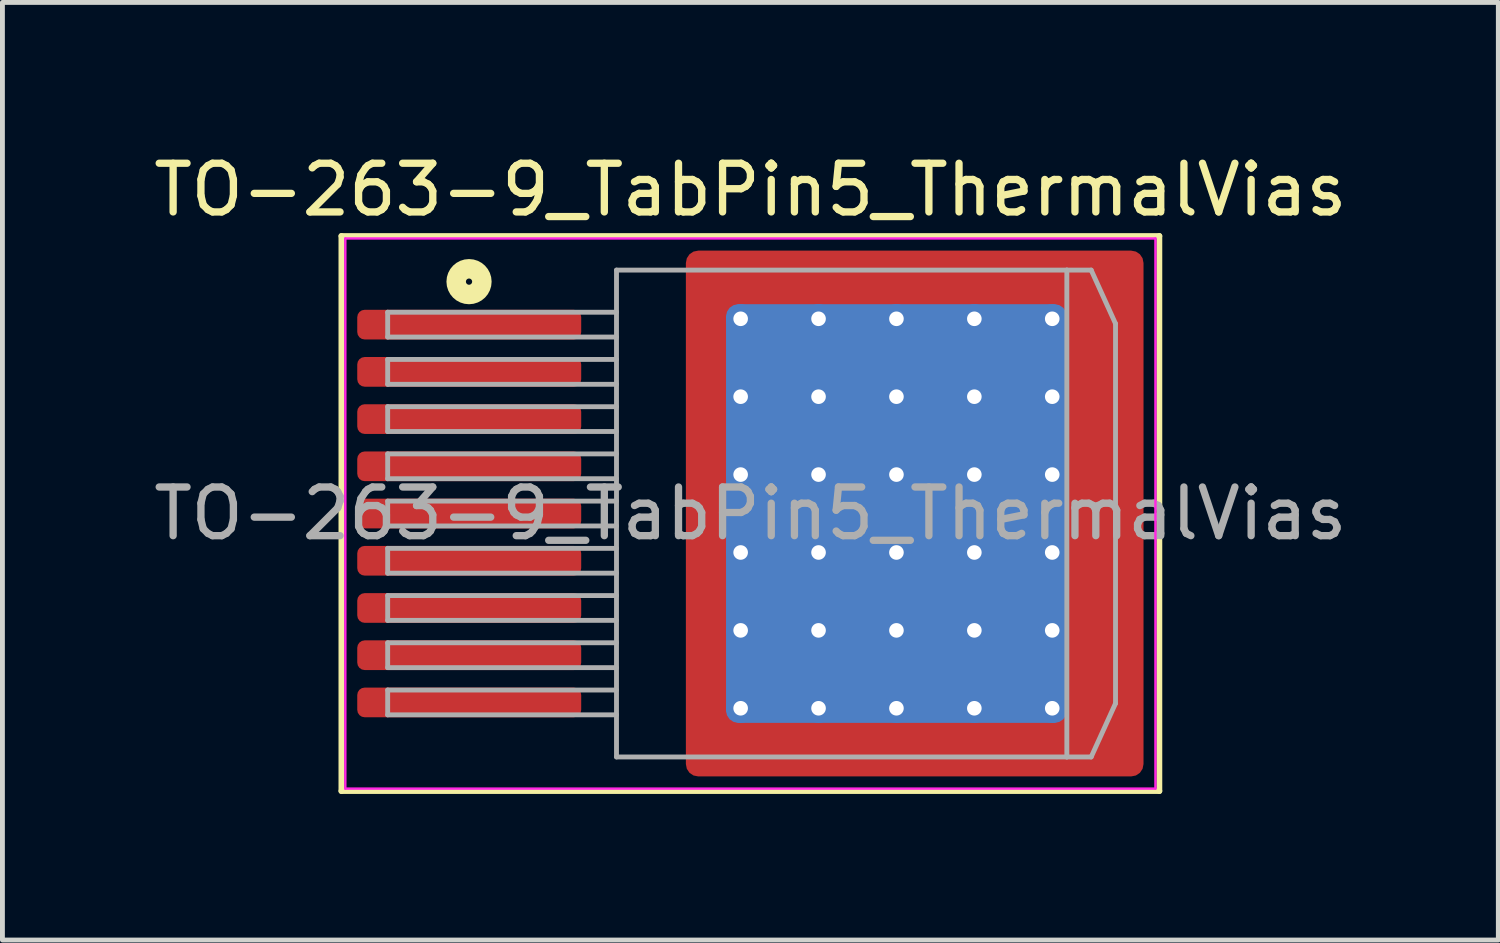
<source format=kicad_pcb>
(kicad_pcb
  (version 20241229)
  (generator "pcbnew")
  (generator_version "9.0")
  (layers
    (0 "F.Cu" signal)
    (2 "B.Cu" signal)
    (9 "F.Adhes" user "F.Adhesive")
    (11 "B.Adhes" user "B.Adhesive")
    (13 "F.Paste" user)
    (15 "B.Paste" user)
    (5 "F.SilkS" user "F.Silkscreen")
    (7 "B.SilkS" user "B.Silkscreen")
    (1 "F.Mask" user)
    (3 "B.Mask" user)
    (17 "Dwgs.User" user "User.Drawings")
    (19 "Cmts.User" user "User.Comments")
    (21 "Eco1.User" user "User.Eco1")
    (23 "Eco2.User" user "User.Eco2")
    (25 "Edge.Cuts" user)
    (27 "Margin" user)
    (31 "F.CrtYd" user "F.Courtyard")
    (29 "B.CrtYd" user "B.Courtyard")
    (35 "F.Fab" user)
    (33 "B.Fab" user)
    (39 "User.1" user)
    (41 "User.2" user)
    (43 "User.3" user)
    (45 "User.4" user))
  (footprint "TO-263-9_TabPin5_ThermalVias"
    (layer "F.Cu")
    (at 12.363 7.498)
    (property "Reference" "TO-263-9_TabPin5_ThermalVias" (at 0 -6.65 0) (layer "F.SilkS") (effects (font (size 1 1) (thickness 0.15))))
    (attr smd)
    (fp_line (start -8.4 -5.7) (end -8.4 5.7) (stroke (width 0.12) (type solid)) (layer "F.SilkS"))
    (fp_line (start -8.4 5.7) (end 8.4 5.7) (stroke (width 0.12) (type solid)) (layer "F.SilkS"))
    (fp_line (start 8.4 -5.7) (end -8.4 -5.7) (stroke (width 0.12) (type solid)) (layer "F.SilkS"))
    (fp_line (start 8.4 5.7) (end 8.4 -5.7) (stroke (width 0.12) (type solid)) (layer "F.SilkS"))
    (fp_circle (center -5.779 -4.763) (end -5.715 -4.763) (stroke (width 0.4) (type solid)) (fill no) (layer "F.SilkS"))
    (fp_line (start -8.32 -5.65) (end -8.32 5.65) (stroke (width 0.05) (type solid)) (layer "F.CrtYd"))
    (fp_line (start -8.32 5.65) (end 8.32 5.65) (stroke (width 0.05) (type solid)) (layer "F.CrtYd"))
    (fp_line (start 8.32 -5.65) (end -8.32 -5.65) (stroke (width 0.05) (type solid)) (layer "F.CrtYd"))
    (fp_line (start 8.32 5.65) (end 8.32 -5.65) (stroke (width 0.05) (type solid)) (layer "F.CrtYd"))
    (fp_line (start -7.45 -4.135) (end -7.45 -3.625) (stroke (width 0.1) (type solid)) (layer "F.Fab"))
    (fp_line (start -7.45 -3.625) (end -2.75 -3.625) (stroke (width 0.1) (type solid)) (layer "F.Fab"))
    (fp_line (start -7.45 -3.165) (end -7.45 -2.655) (stroke (width 0.1) (type solid)) (layer "F.Fab"))
    (fp_line (start -7.45 -2.655) (end -2.75 -2.655) (stroke (width 0.1) (type solid)) (layer "F.Fab"))
    (fp_line (start -7.45 -2.195) (end -7.45 -1.685) (stroke (width 0.1) (type solid)) (layer "F.Fab"))
    (fp_line (start -7.45 -1.685) (end -2.75 -1.685) (stroke (width 0.1) (type solid)) (layer "F.Fab"))
    (fp_line (start -7.45 -1.225) (end -7.45 -0.715) (stroke (width 0.1) (type solid)) (layer "F.Fab"))
    (fp_line (start -7.45 -0.715) (end -2.75 -0.715) (stroke (width 0.1) (type solid)) (layer "F.Fab"))
    (fp_line (start -7.45 -0.255) (end -7.45 0.255) (stroke (width 0.1) (type solid)) (layer "F.Fab"))
    (fp_line (start -7.45 0.255) (end -2.75 0.255) (stroke (width 0.1) (type solid)) (layer "F.Fab"))
    (fp_line (start -7.45 0.715) (end -7.45 1.225) (stroke (width 0.1) (type solid)) (layer "F.Fab"))
    (fp_line (start -7.45 1.225) (end -2.75 1.225) (stroke (width 0.1) (type solid)) (layer "F.Fab"))
    (fp_line (start -7.45 1.685) (end -7.45 2.195) (stroke (width 0.1) (type solid)) (layer "F.Fab"))
    (fp_line (start -7.45 2.195) (end -2.75 2.195) (stroke (width 0.1) (type solid)) (layer "F.Fab"))
    (fp_line (start -7.45 2.655) (end -7.45 3.165) (stroke (width 0.1) (type solid)) (layer "F.Fab"))
    (fp_line (start -7.45 3.165) (end -2.75 3.165) (stroke (width 0.1) (type solid)) (layer "F.Fab"))
    (fp_line (start -7.45 3.625) (end -7.45 4.135) (stroke (width 0.1) (type solid)) (layer "F.Fab"))
    (fp_line (start -7.45 4.135) (end -2.75 4.135) (stroke (width 0.1) (type solid)) (layer "F.Fab"))
    (fp_line (start -2.75 -5) (end 6.5 -5) (stroke (width 0.1) (type solid)) (layer "F.Fab"))
    (fp_line (start -2.75 -4.135) (end -7.45 -4.135) (stroke (width 0.1) (type solid)) (layer "F.Fab"))
    (fp_line (start -2.75 -3.165) (end -7.45 -3.165) (stroke (width 0.1) (type solid)) (layer "F.Fab"))
    (fp_line (start -2.75 -2.195) (end -7.45 -2.195) (stroke (width 0.1) (type solid)) (layer "F.Fab"))
    (fp_line (start -2.75 -1.225) (end -7.45 -1.225) (stroke (width 0.1) (type solid)) (layer "F.Fab"))
    (fp_line (start -2.75 -0.255) (end -7.45 -0.255) (stroke (width 0.1) (type solid)) (layer "F.Fab"))
    (fp_line (start -2.75 0.715) (end -7.45 0.715) (stroke (width 0.1) (type solid)) (layer "F.Fab"))
    (fp_line (start -2.75 1.685) (end -7.45 1.685) (stroke (width 0.1) (type solid)) (layer "F.Fab"))
    (fp_line (start -2.75 2.655) (end -7.45 2.655) (stroke (width 0.1) (type solid)) (layer "F.Fab"))
    (fp_line (start -2.75 3.625) (end -7.45 3.625) (stroke (width 0.1) (type solid)) (layer "F.Fab"))
    (fp_line (start -2.75 5) (end -2.75 -5) (stroke (width 0.1) (type solid)) (layer "F.Fab"))
    (fp_line (start 6.5 -5) (end 6.5 5) (stroke (width 0.1) (type solid)) (layer "F.Fab"))
    (fp_line (start 6.5 -5) (end 7 -5) (stroke (width 0.1) (type solid)) (layer "F.Fab"))
    (fp_line (start 6.5 5) (end -2.75 5) (stroke (width 0.1) (type solid)) (layer "F.Fab"))
    (fp_line (start 6.5 5) (end 7 5) (stroke (width 0.1) (type solid)) (layer "F.Fab"))
    (fp_line (start 7 -5) (end 7.5 -3.9) (stroke (width 0.1) (type solid)) (layer "F.Fab"))
    (fp_line (start 7 5) (end 7.5 3.9) (stroke (width 0.1) (type solid)) (layer "F.Fab"))
    (fp_line (start 7.5 -3.9) (end 7.5 3.9) (stroke (width 0.1) (type solid)) (layer "F.Fab"))
    (fp_text user "${REFERENCE}" (at 0 0 0) (layer "F.Fab") (effects (font (size 1 1) (thickness 0.15))))
    (pad "" smd roundrect (at -0.75 -4.65 90) (size 1.1 0.9) (layers "F.Paste") (roundrect_rratio 0.25))
    (pad "" smd roundrect (at -0.75 -3.2 90) (size 1.4 0.9) (layers "F.Paste") (roundrect_rratio 0.25))
    (pad "" smd roundrect (at -0.75 -1.6 90) (size 1.4 0.9) (layers "F.Paste") (roundrect_rratio 0.25))
    (pad "" smd roundrect (at -0.75 0 90) (size 1.4 0.9) (layers "F.Paste") (roundrect_rratio 0.25))
    (pad "" smd roundrect (at -0.75 1.6 90) (size 1.4 0.9) (layers "F.Paste") (roundrect_rratio 0.25))
    (pad "" smd roundrect (at -0.75 3.2 90) (size 1.4 0.9) (layers "F.Paste") (roundrect_rratio 0.25))
    (pad "" smd roundrect (at -0.75 4.65 90) (size 1.1 0.9) (layers "F.Paste") (roundrect_rratio 0.25))
    (pad "" smd roundrect (at 0.6 -4.65) (size 1.4 1.1) (layers "F.Paste") (roundrect_rratio 0.227))
    (pad "" smd roundrect (at 0.6 -3.2) (size 1.4 1.4) (layers "F.Paste") (roundrect_rratio 0.179))
    (pad "" smd roundrect (at 0.6 -1.6) (size 1.4 1.4) (layers "F.Paste") (roundrect_rratio 0.179))
    (pad "" smd roundrect (at 0.6 0) (size 1.4 1.4) (layers "F.Paste") (roundrect_rratio 0.179))
    (pad "" smd roundrect (at 0.6 1.6) (size 1.4 1.4) (layers "F.Paste") (roundrect_rratio 0.179))
    (pad "" smd roundrect (at 0.6 3.2) (size 1.4 1.4) (layers "F.Paste") (roundrect_rratio 0.179))
    (pad "" smd roundrect (at 0.6 4.65) (size 1.4 1.1) (layers "F.Paste") (roundrect_rratio 0.227))
    (pad "" smd roundrect (at 2.2 -4.65) (size 1.4 1.1) (layers "F.Paste") (roundrect_rratio 0.227))
    (pad "" smd roundrect (at 2.2 -3.2) (size 1.4 1.4) (layers "F.Paste") (roundrect_rratio 0.179))
    (pad "" smd roundrect (at 2.2 -1.6) (size 1.4 1.4) (layers "F.Paste") (roundrect_rratio 0.179))
    (pad "" smd roundrect (at 2.2 0) (size 1.4 1.4) (layers "F.Paste") (roundrect_rratio 0.179))
    (pad "" smd roundrect (at 2.2 1.6) (size 1.4 1.4) (layers "F.Paste") (roundrect_rratio 0.179))
    (pad "" smd roundrect (at 2.2 3.2) (size 1.4 1.4) (layers "F.Paste") (roundrect_rratio 0.179))
    (pad "" smd roundrect (at 2.2 4.65) (size 1.4 1.1) (layers "F.Paste") (roundrect_rratio 0.227))
    (pad "" smd roundrect (at 3.8 -4.65) (size 1.4 1.1) (layers "F.Paste") (roundrect_rratio 0.227))
    (pad "" smd roundrect (at 3.8 -3.2) (size 1.4 1.4) (layers "F.Paste") (roundrect_rratio 0.179))
    (pad "" smd roundrect (at 3.8 -1.6) (size 1.4 1.4) (layers "F.Paste") (roundrect_rratio 0.179))
    (pad "" smd roundrect (at 3.8 0) (size 1.4 1.4) (layers "F.Paste") (roundrect_rratio 0.179))
    (pad "" smd roundrect (at 3.8 1.6) (size 1.4 1.4) (layers "F.Paste") (roundrect_rratio 0.179))
    (pad "" smd roundrect (at 3.8 3.2) (size 1.4 1.4) (layers "F.Paste") (roundrect_rratio 0.179))
    (pad "" smd roundrect (at 3.8 4.65) (size 1.4 1.1) (layers "F.Paste") (roundrect_rratio 0.227))
    (pad "" smd roundrect (at 5.45 -4.65) (size 1.4 1.1) (layers "F.Paste") (roundrect_rratio 0.227))
    (pad "" smd roundrect (at 5.45 -3.2) (size 1.4 1.4) (layers "F.Paste") (roundrect_rratio 0.179))
    (pad "" smd roundrect (at 5.45 -1.6) (size 1.4 1.4) (layers "F.Paste") (roundrect_rratio 0.179))
    (pad "" smd roundrect (at 5.45 0) (size 1.4 1.4) (layers "F.Paste") (roundrect_rratio 0.179))
    (pad "" smd roundrect (at 5.45 1.6) (size 1.4 1.4) (layers "F.Paste") (roundrect_rratio 0.179))
    (pad "" smd roundrect (at 5.45 3.2) (size 1.4 1.4) (layers "F.Paste") (roundrect_rratio 0.179))
    (pad "" smd roundrect (at 5.45 4.65) (size 1.4 1.1) (layers "F.Paste") (roundrect_rratio 0.227))
    (pad "" smd roundrect (at 7.05 -4.65) (size 1.4 1.1) (layers "F.Paste") (roundrect_rratio 0.227))
    (pad "" smd roundrect (at 7.05 -3.2) (size 1.4 1.4) (layers "F.Paste") (roundrect_rratio 0.179))
    (pad "" smd roundrect (at 7.05 -1.6) (size 1.4 1.4) (layers "F.Paste") (roundrect_rratio 0.179))
    (pad "" smd roundrect (at 7.05 0) (size 1.4 1.4) (layers "F.Paste") (roundrect_rratio 0.179))
    (pad "" smd roundrect (at 7.05 1.6) (size 1.4 1.4) (layers "F.Paste") (roundrect_rratio 0.179))
    (pad "" smd roundrect (at 7.05 3.2) (size 1.4 1.4) (layers "F.Paste") (roundrect_rratio 0.179))
    (pad "" smd roundrect (at 7.05 4.65) (size 1.4 1.1) (layers "F.Paste") (roundrect_rratio 0.227))
    (pad "1" smd roundrect (at -5.775 -3.88) (size 4.6 0.61) (layers "F.Cu" "F.Mask" "F.Paste") (roundrect_rratio 0.25))
    (pad "2" smd roundrect (at -5.775 -2.91) (size 4.6 0.61) (layers "F.Cu" "F.Mask" "F.Paste") (roundrect_rratio 0.25))
    (pad "3" smd roundrect (at -5.775 -1.94) (size 4.6 0.61) (layers "F.Cu" "F.Mask" "F.Paste") (roundrect_rratio 0.25))
    (pad "4" smd roundrect (at -5.775 -0.97) (size 4.6 0.61) (layers "F.Cu" "F.Mask" "F.Paste") (roundrect_rratio 0.25))
    (pad "5" smd roundrect (at -5.775 0) (size 4.6 0.61) (layers "F.Cu" "F.Mask" "F.Paste") (roundrect_rratio 0.25))
    (pad "5" thru_hole circle (at -0.2 -4) (size 0.6 0.6) (drill 0.3) (property pad_prop_heatsink) (layers "*.Cu"))
    (pad "5" thru_hole circle (at -0.2 -2.4) (size 0.6 0.6) (drill 0.3) (property pad_prop_heatsink) (layers "*.Cu"))
    (pad "5" thru_hole circle (at -0.2 -0.8) (size 0.6 0.6) (drill 0.3) (property pad_prop_heatsink) (layers "*.Cu"))
    (pad "5" thru_hole circle (at -0.2 0.8) (size 0.6 0.6) (drill 0.3) (property pad_prop_heatsink) (layers "*.Cu"))
    (pad "5" thru_hole circle (at -0.2 2.4) (size 0.6 0.6) (drill 0.3) (property pad_prop_heatsink) (layers "*.Cu"))
    (pad "5" thru_hole circle (at -0.2 4) (size 0.6 0.6) (drill 0.3) (property pad_prop_heatsink) (layers "*.Cu"))
    (pad "5" thru_hole circle (at 1.4 -4) (size 0.6 0.6) (drill 0.3) (property pad_prop_heatsink) (layers "*.Cu"))
    (pad "5" thru_hole circle (at 1.4 -2.4) (size 0.6 0.6) (drill 0.3) (property pad_prop_heatsink) (layers "*.Cu"))
    (pad "5" thru_hole circle (at 1.4 -0.8) (size 0.6 0.6) (drill 0.3) (property pad_prop_heatsink) (layers "*.Cu"))
    (pad "5" thru_hole circle (at 1.4 0.8) (size 0.6 0.6) (drill 0.3) (property pad_prop_heatsink) (layers "*.Cu"))
    (pad "5" thru_hole circle (at 1.4 2.4) (size 0.6 0.6) (drill 0.3) (property pad_prop_heatsink) (layers "*.Cu"))
    (pad "5" thru_hole circle (at 1.4 4) (size 0.6 0.6) (drill 0.3) (property pad_prop_heatsink) (layers "*.Cu"))
    (pad "5" thru_hole circle (at 3 -4) (size 0.6 0.6) (drill 0.3) (property pad_prop_heatsink) (layers "*.Cu"))
    (pad "5" thru_hole circle (at 3 -2.4) (size 0.6 0.6) (drill 0.3) (property pad_prop_heatsink) (layers "*.Cu"))
    (pad "5" thru_hole circle (at 3 -0.8) (size 0.6 0.6) (drill 0.3) (property pad_prop_heatsink) (layers "*.Cu"))
    (pad "5" smd roundrect (at 3 0) (size 7 8.6) (layers "B.Cu" "B.Mask") (roundrect_rratio 0.036))
    (pad "5" thru_hole circle (at 3 0.8) (size 0.6 0.6) (drill 0.3) (property pad_prop_heatsink) (layers "*.Cu"))
    (pad "5" thru_hole circle (at 3 2.4) (size 0.6 0.6) (drill 0.3) (property pad_prop_heatsink) (layers "*.Cu"))
    (pad "5" thru_hole circle (at 3 4) (size 0.6 0.6) (drill 0.3) (property pad_prop_heatsink) (layers "*.Cu"))
    (pad "5" smd roundrect (at 3.375 0) (size 9.4 10.8) (layers "F.Cu" "F.Mask") (roundrect_rratio 0.027))
    (pad "5" thru_hole circle (at 4.6 -4) (size 0.6 0.6) (drill 0.3) (property pad_prop_heatsink) (layers "*.Cu"))
    (pad "5" thru_hole circle (at 4.6 -2.4) (size 0.6 0.6) (drill 0.3) (property pad_prop_heatsink) (layers "*.Cu"))
    (pad "5" thru_hole circle (at 4.6 -0.8) (size 0.6 0.6) (drill 0.3) (property pad_prop_heatsink) (layers "*.Cu"))
    (pad "5" thru_hole circle (at 4.6 0.8) (size 0.6 0.6) (drill 0.3) (property pad_prop_heatsink) (layers "*.Cu"))
    (pad "5" thru_hole circle (at 4.6 2.4) (size 0.6 0.6) (drill 0.3) (property pad_prop_heatsink) (layers "*.Cu"))
    (pad "5" thru_hole circle (at 4.6 4) (size 0.6 0.6) (drill 0.3) (property pad_prop_heatsink) (layers "*.Cu"))
    (pad "5" thru_hole circle (at 6.2 -4) (size 0.6 0.6) (drill 0.3) (property pad_prop_heatsink) (layers "*.Cu"))
    (pad "5" thru_hole circle (at 6.2 -2.4) (size 0.6 0.6) (drill 0.3) (property pad_prop_heatsink) (layers "*.Cu"))
    (pad "5" thru_hole circle (at 6.2 -0.8) (size 0.6 0.6) (drill 0.3) (property pad_prop_heatsink) (layers "*.Cu"))
    (pad "5" thru_hole circle (at 6.2 0.8) (size 0.6 0.6) (drill 0.3) (property pad_prop_heatsink) (layers "*.Cu"))
    (pad "5" thru_hole circle (at 6.2 2.4) (size 0.6 0.6) (drill 0.3) (property pad_prop_heatsink) (layers "*.Cu"))
    (pad "5" thru_hole circle (at 6.2 4) (size 0.6 0.6) (drill 0.3) (property pad_prop_heatsink) (layers "*.Cu"))
    (pad "6" smd roundrect (at -5.775 0.97) (size 4.6 0.61) (layers "F.Cu" "F.Mask" "F.Paste") (roundrect_rratio 0.25))
    (pad "7" smd roundrect (at -5.775 1.94) (size 4.6 0.61) (layers "F.Cu" "F.Mask" "F.Paste") (roundrect_rratio 0.25))
    (pad "8" smd roundrect (at -5.775 2.91) (size 4.6 0.61) (layers "F.Cu" "F.Mask" "F.Paste") (roundrect_rratio 0.25))
    (pad "9" smd roundrect (at -5.775 3.88) (size 4.6 0.61) (layers "F.Cu" "F.Mask" "F.Paste") (roundrect_rratio 0.25)))
  (gr_rect
    (start -3 -3)
    (end 27.726 16.258)
    (stroke (width 0.1) (type default))
    (fill no)
    (layer "Edge.Cuts")))
</source>
